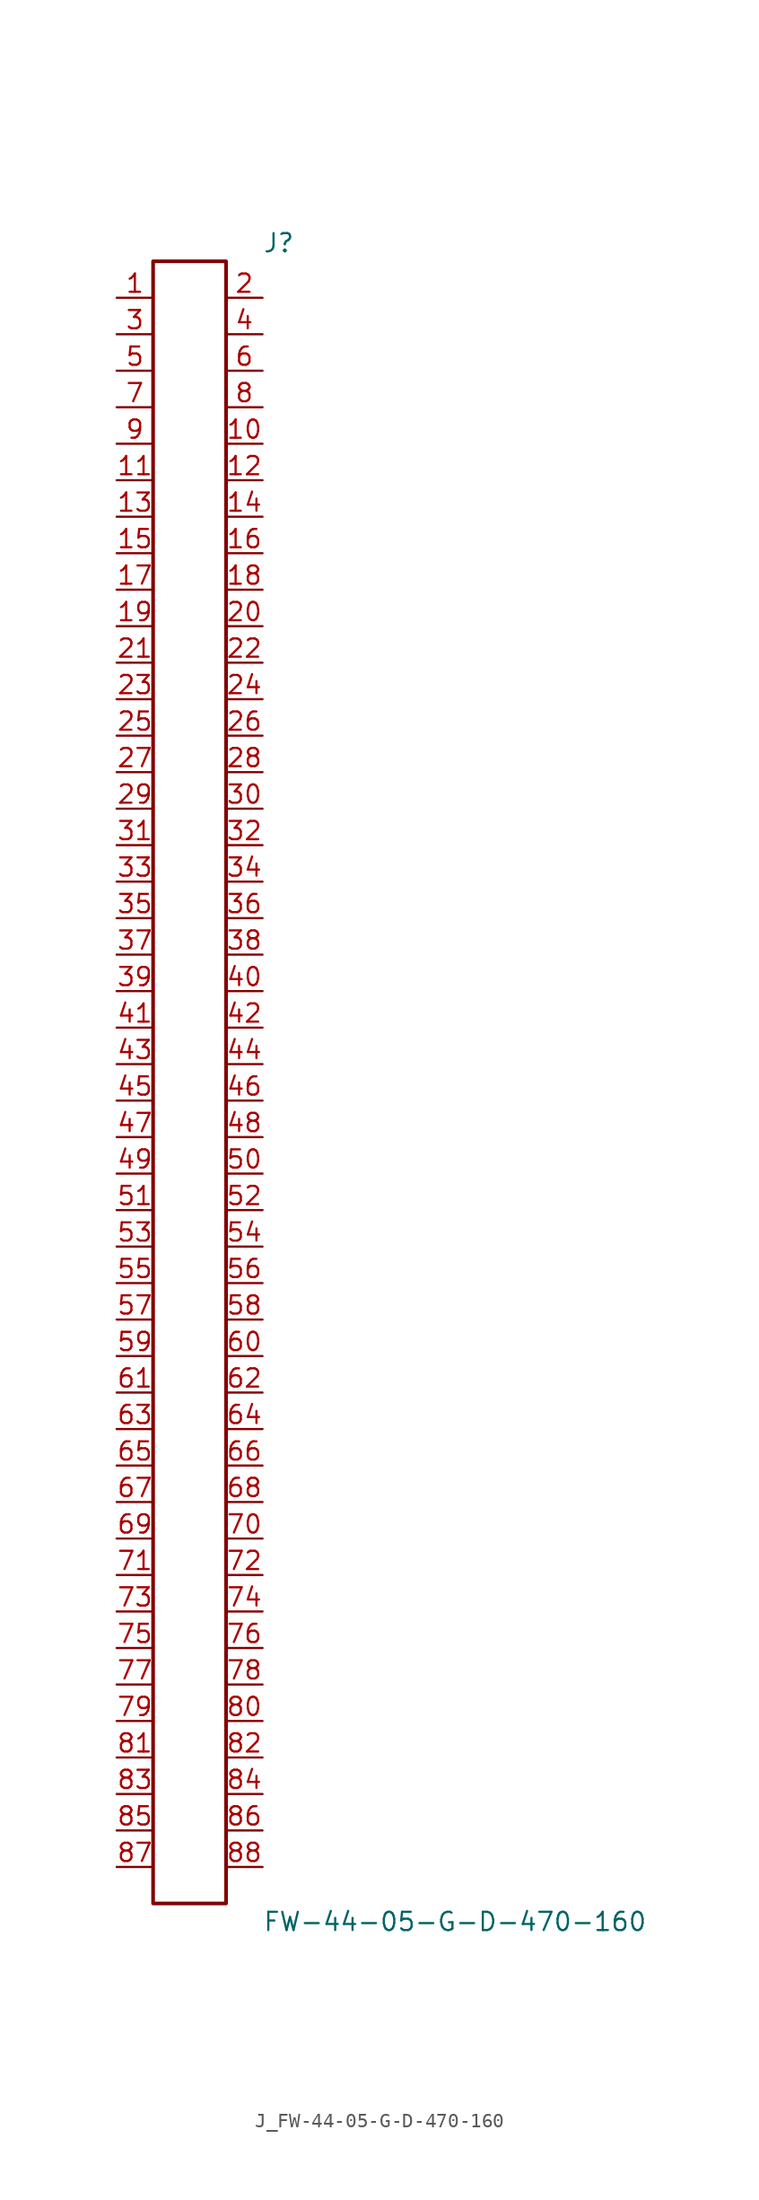
<source format=kicad_sym>
(kicad_symbol_lib
  (version 20231120)
  (generator kicad_symbol_editor)
  (generator_version 8.0)
  (symbol "J_FW-44-05-G-D-470-160"
    (pin_names
      (offset 0.254))
    (property "Reference" "J"
      (at 5.08 58.42 0)
      (effects (font (size 1.27 1.27)) (justify left)))
    (property "Value" "FW-44-05-G-D-470-160"
      (at 5.08 -58.42 0)
      (effects (font (size 1.27 1.27)) (justify left)))
    (symbol "J_FW-44-05-G-D-470-160_0_0"
      (pin unspecified line (at -5.08 54.61 0) (length 2.54) (name "" (effects (font (size 1.27 1.27)))) (number "1" (effects (font (size 1.27 1.27)))))
      (pin unspecified line (at 5.08 54.61 180) (length 2.54) (name "" (effects (font (size 1.27 1.27)))) (number "2" (effects (font (size 1.27 1.27)))))
      (pin unspecified line (at -5.08 52.07 0) (length 2.54) (name "" (effects (font (size 1.27 1.27)))) (number "3" (effects (font (size 1.27 1.27)))))
      (pin unspecified line (at 5.08 52.07 180) (length 2.54) (name "" (effects (font (size 1.27 1.27)))) (number "4" (effects (font (size 1.27 1.27)))))
      (pin unspecified line (at -5.08 49.53 0) (length 2.54) (name "" (effects (font (size 1.27 1.27)))) (number "5" (effects (font (size 1.27 1.27)))))
      (pin unspecified line (at 5.08 49.53 180) (length 2.54) (name "" (effects (font (size 1.27 1.27)))) (number "6" (effects (font (size 1.27 1.27)))))
      (pin unspecified line (at -5.08 46.99 0) (length 2.54) (name "" (effects (font (size 1.27 1.27)))) (number "7" (effects (font (size 1.27 1.27)))))
      (pin unspecified line (at 5.08 46.99 180) (length 2.54) (name "" (effects (font (size 1.27 1.27)))) (number "8" (effects (font (size 1.27 1.27)))))
      (pin unspecified line (at -5.08 44.45 0) (length 2.54) (name "" (effects (font (size 1.27 1.27)))) (number "9" (effects (font (size 1.27 1.27)))))
      (pin unspecified line (at 5.08 44.45 180) (length 2.54) (name "" (effects (font (size 1.27 1.27)))) (number "10" (effects (font (size 1.27 1.27)))))
      (pin unspecified line (at -5.08 41.91 0) (length 2.54) (name "" (effects (font (size 1.27 1.27)))) (number "11" (effects (font (size 1.27 1.27)))))
      (pin unspecified line (at 5.08 41.91 180) (length 2.54) (name "" (effects (font (size 1.27 1.27)))) (number "12" (effects (font (size 1.27 1.27)))))
      (pin unspecified line (at -5.08 39.37 0) (length 2.54) (name "" (effects (font (size 1.27 1.27)))) (number "13" (effects (font (size 1.27 1.27)))))
      (pin unspecified line (at 5.08 39.37 180) (length 2.54) (name "" (effects (font (size 1.27 1.27)))) (number "14" (effects (font (size 1.27 1.27)))))
      (pin unspecified line (at -5.08 36.83 0) (length 2.54) (name "" (effects (font (size 1.27 1.27)))) (number "15" (effects (font (size 1.27 1.27)))))
      (pin unspecified line (at 5.08 36.83 180) (length 2.54) (name "" (effects (font (size 1.27 1.27)))) (number "16" (effects (font (size 1.27 1.27)))))
      (pin unspecified line (at -5.08 34.29 0) (length 2.54) (name "" (effects (font (size 1.27 1.27)))) (number "17" (effects (font (size 1.27 1.27)))))
      (pin unspecified line (at 5.08 34.29 180) (length 2.54) (name "" (effects (font (size 1.27 1.27)))) (number "18" (effects (font (size 1.27 1.27)))))
      (pin unspecified line (at -5.08 31.75 0) (length 2.54) (name "" (effects (font (size 1.27 1.27)))) (number "19" (effects (font (size 1.27 1.27)))))
      (pin unspecified line (at 5.08 31.75 180) (length 2.54) (name "" (effects (font (size 1.27 1.27)))) (number "20" (effects (font (size 1.27 1.27)))))
      (pin unspecified line (at -5.08 29.21 0) (length 2.54) (name "" (effects (font (size 1.27 1.27)))) (number "21" (effects (font (size 1.27 1.27)))))
      (pin unspecified line (at 5.08 29.21 180) (length 2.54) (name "" (effects (font (size 1.27 1.27)))) (number "22" (effects (font (size 1.27 1.27)))))
      (pin unspecified line (at -5.08 26.67 0) (length 2.54) (name "" (effects (font (size 1.27 1.27)))) (number "23" (effects (font (size 1.27 1.27)))))
      (pin unspecified line (at 5.08 26.67 180) (length 2.54) (name "" (effects (font (size 1.27 1.27)))) (number "24" (effects (font (size 1.27 1.27)))))
      (pin unspecified line (at -5.08 24.13 0) (length 2.54) (name "" (effects (font (size 1.27 1.27)))) (number "25" (effects (font (size 1.27 1.27)))))
      (pin unspecified line (at 5.08 24.13 180) (length 2.54) (name "" (effects (font (size 1.27 1.27)))) (number "26" (effects (font (size 1.27 1.27)))))
      (pin unspecified line (at -5.08 21.59 0) (length 2.54) (name "" (effects (font (size 1.27 1.27)))) (number "27" (effects (font (size 1.27 1.27)))))
      (pin unspecified line (at 5.08 21.59 180) (length 2.54) (name "" (effects (font (size 1.27 1.27)))) (number "28" (effects (font (size 1.27 1.27)))))
      (pin unspecified line (at -5.08 19.05 0) (length 2.54) (name "" (effects (font (size 1.27 1.27)))) (number "29" (effects (font (size 1.27 1.27)))))
      (pin unspecified line (at 5.08 19.05 180) (length 2.54) (name "" (effects (font (size 1.27 1.27)))) (number "30" (effects (font (size 1.27 1.27)))))
      (pin unspecified line (at -5.08 16.51 0) (length 2.54) (name "" (effects (font (size 1.27 1.27)))) (number "31" (effects (font (size 1.27 1.27)))))
      (pin unspecified line (at 5.08 16.51 180) (length 2.54) (name "" (effects (font (size 1.27 1.27)))) (number "32" (effects (font (size 1.27 1.27)))))
      (pin unspecified line (at -5.08 13.97 0) (length 2.54) (name "" (effects (font (size 1.27 1.27)))) (number "33" (effects (font (size 1.27 1.27)))))
      (pin unspecified line (at 5.08 13.97 180) (length 2.54) (name "" (effects (font (size 1.27 1.27)))) (number "34" (effects (font (size 1.27 1.27)))))
      (pin unspecified line (at -5.08 11.43 0) (length 2.54) (name "" (effects (font (size 1.27 1.27)))) (number "35" (effects (font (size 1.27 1.27)))))
      (pin unspecified line (at 5.08 11.43 180) (length 2.54) (name "" (effects (font (size 1.27 1.27)))) (number "36" (effects (font (size 1.27 1.27)))))
      (pin unspecified line (at -5.08 8.89 0) (length 2.54) (name "" (effects (font (size 1.27 1.27)))) (number "37" (effects (font (size 1.27 1.27)))))
      (pin unspecified line (at 5.08 8.89 180) (length 2.54) (name "" (effects (font (size 1.27 1.27)))) (number "38" (effects (font (size 1.27 1.27)))))
      (pin unspecified line (at -5.08 6.35 0) (length 2.54) (name "" (effects (font (size 1.27 1.27)))) (number "39" (effects (font (size 1.27 1.27)))))
      (pin unspecified line (at 5.08 6.35 180) (length 2.54) (name "" (effects (font (size 1.27 1.27)))) (number "40" (effects (font (size 1.27 1.27)))))
      (pin unspecified line (at -5.08 3.81 0) (length 2.54) (name "" (effects (font (size 1.27 1.27)))) (number "41" (effects (font (size 1.27 1.27)))))
      (pin unspecified line (at 5.08 3.81 180) (length 2.54) (name "" (effects (font (size 1.27 1.27)))) (number "42" (effects (font (size 1.27 1.27)))))
      (pin unspecified line (at -5.08 1.27 0) (length 2.54) (name "" (effects (font (size 1.27 1.27)))) (number "43" (effects (font (size 1.27 1.27)))))
      (pin unspecified line (at 5.08 1.27 180) (length 2.54) (name "" (effects (font (size 1.27 1.27)))) (number "44" (effects (font (size 1.27 1.27)))))
      (pin unspecified line (at -5.08 -1.27 0) (length 2.54) (name "" (effects (font (size 1.27 1.27)))) (number "45" (effects (font (size 1.27 1.27)))))
      (pin unspecified line (at 5.08 -1.27 180) (length 2.54) (name "" (effects (font (size 1.27 1.27)))) (number "46" (effects (font (size 1.27 1.27)))))
      (pin unspecified line (at -5.08 -3.81 0) (length 2.54) (name "" (effects (font (size 1.27 1.27)))) (number "47" (effects (font (size 1.27 1.27)))))
      (pin unspecified line (at 5.08 -3.81 180) (length 2.54) (name "" (effects (font (size 1.27 1.27)))) (number "48" (effects (font (size 1.27 1.27)))))
      (pin unspecified line (at -5.08 -6.35 0) (length 2.54) (name "" (effects (font (size 1.27 1.27)))) (number "49" (effects (font (size 1.27 1.27)))))
      (pin unspecified line (at 5.08 -6.35 180) (length 2.54) (name "" (effects (font (size 1.27 1.27)))) (number "50" (effects (font (size 1.27 1.27)))))
      (pin unspecified line (at -5.08 -8.89 0) (length 2.54) (name "" (effects (font (size 1.27 1.27)))) (number "51" (effects (font (size 1.27 1.27)))))
      (pin unspecified line (at 5.08 -8.89 180) (length 2.54) (name "" (effects (font (size 1.27 1.27)))) (number "52" (effects (font (size 1.27 1.27)))))
      (pin unspecified line (at -5.08 -11.43 0) (length 2.54) (name "" (effects (font (size 1.27 1.27)))) (number "53" (effects (font (size 1.27 1.27)))))
      (pin unspecified line (at 5.08 -11.43 180) (length 2.54) (name "" (effects (font (size 1.27 1.27)))) (number "54" (effects (font (size 1.27 1.27)))))
      (pin unspecified line (at -5.08 -13.97 0) (length 2.54) (name "" (effects (font (size 1.27 1.27)))) (number "55" (effects (font (size 1.27 1.27)))))
      (pin unspecified line (at 5.08 -13.97 180) (length 2.54) (name "" (effects (font (size 1.27 1.27)))) (number "56" (effects (font (size 1.27 1.27)))))
      (pin unspecified line (at -5.08 -16.51 0) (length 2.54) (name "" (effects (font (size 1.27 1.27)))) (number "57" (effects (font (size 1.27 1.27)))))
      (pin unspecified line (at 5.08 -16.51 180) (length 2.54) (name "" (effects (font (size 1.27 1.27)))) (number "58" (effects (font (size 1.27 1.27)))))
      (pin unspecified line (at -5.08 -19.05 0) (length 2.54) (name "" (effects (font (size 1.27 1.27)))) (number "59" (effects (font (size 1.27 1.27)))))
      (pin unspecified line (at 5.08 -19.05 180) (length 2.54) (name "" (effects (font (size 1.27 1.27)))) (number "60" (effects (font (size 1.27 1.27)))))
      (pin unspecified line (at -5.08 -21.59 0) (length 2.54) (name "" (effects (font (size 1.27 1.27)))) (number "61" (effects (font (size 1.27 1.27)))))
      (pin unspecified line (at 5.08 -21.59 180) (length 2.54) (name "" (effects (font (size 1.27 1.27)))) (number "62" (effects (font (size 1.27 1.27)))))
      (pin unspecified line (at -5.08 -24.13 0) (length 2.54) (name "" (effects (font (size 1.27 1.27)))) (number "63" (effects (font (size 1.27 1.27)))))
      (pin unspecified line (at 5.08 -24.13 180) (length 2.54) (name "" (effects (font (size 1.27 1.27)))) (number "64" (effects (font (size 1.27 1.27)))))
      (pin unspecified line (at -5.08 -26.67 0) (length 2.54) (name "" (effects (font (size 1.27 1.27)))) (number "65" (effects (font (size 1.27 1.27)))))
      (pin unspecified line (at 5.08 -26.67 180) (length 2.54) (name "" (effects (font (size 1.27 1.27)))) (number "66" (effects (font (size 1.27 1.27)))))
      (pin unspecified line (at -5.08 -29.21 0) (length 2.54) (name "" (effects (font (size 1.27 1.27)))) (number "67" (effects (font (size 1.27 1.27)))))
      (pin unspecified line (at 5.08 -29.21 180) (length 2.54) (name "" (effects (font (size 1.27 1.27)))) (number "68" (effects (font (size 1.27 1.27)))))
      (pin unspecified line (at -5.08 -31.75 0) (length 2.54) (name "" (effects (font (size 1.27 1.27)))) (number "69" (effects (font (size 1.27 1.27)))))
      (pin unspecified line (at 5.08 -31.75 180) (length 2.54) (name "" (effects (font (size 1.27 1.27)))) (number "70" (effects (font (size 1.27 1.27)))))
      (pin unspecified line (at -5.08 -34.29 0) (length 2.54) (name "" (effects (font (size 1.27 1.27)))) (number "71" (effects (font (size 1.27 1.27)))))
      (pin unspecified line (at 5.08 -34.29 180) (length 2.54) (name "" (effects (font (size 1.27 1.27)))) (number "72" (effects (font (size 1.27 1.27)))))
      (pin unspecified line (at -5.08 -36.83 0) (length 2.54) (name "" (effects (font (size 1.27 1.27)))) (number "73" (effects (font (size 1.27 1.27)))))
      (pin unspecified line (at 5.08 -36.83 180) (length 2.54) (name "" (effects (font (size 1.27 1.27)))) (number "74" (effects (font (size 1.27 1.27)))))
      (pin unspecified line (at -5.08 -39.37 0) (length 2.54) (name "" (effects (font (size 1.27 1.27)))) (number "75" (effects (font (size 1.27 1.27)))))
      (pin unspecified line (at 5.08 -39.37 180) (length 2.54) (name "" (effects (font (size 1.27 1.27)))) (number "76" (effects (font (size 1.27 1.27)))))
      (pin unspecified line (at -5.08 -41.91 0) (length 2.54) (name "" (effects (font (size 1.27 1.27)))) (number "77" (effects (font (size 1.27 1.27)))))
      (pin unspecified line (at 5.08 -41.91 180) (length 2.54) (name "" (effects (font (size 1.27 1.27)))) (number "78" (effects (font (size 1.27 1.27)))))
      (pin unspecified line (at -5.08 -44.45 0) (length 2.54) (name "" (effects (font (size 1.27 1.27)))) (number "79" (effects (font (size 1.27 1.27)))))
      (pin unspecified line (at 5.08 -44.45 180) (length 2.54) (name "" (effects (font (size 1.27 1.27)))) (number "80" (effects (font (size 1.27 1.27)))))
      (pin unspecified line (at -5.08 -46.99 0) (length 2.54) (name "" (effects (font (size 1.27 1.27)))) (number "81" (effects (font (size 1.27 1.27)))))
      (pin unspecified line (at 5.08 -46.99 180) (length 2.54) (name "" (effects (font (size 1.27 1.27)))) (number "82" (effects (font (size 1.27 1.27)))))
      (pin unspecified line (at -5.08 -49.53 0) (length 2.54) (name "" (effects (font (size 1.27 1.27)))) (number "83" (effects (font (size 1.27 1.27)))))
      (pin unspecified line (at 5.08 -49.53 180) (length 2.54) (name "" (effects (font (size 1.27 1.27)))) (number "84" (effects (font (size 1.27 1.27)))))
      (pin unspecified line (at -5.08 -52.07 0) (length 2.54) (name "" (effects (font (size 1.27 1.27)))) (number "85" (effects (font (size 1.27 1.27)))))
      (pin unspecified line (at 5.08 -52.07 180) (length 2.54) (name "" (effects (font (size 1.27 1.27)))) (number "86" (effects (font (size 1.27 1.27)))))
      (pin unspecified line (at -5.08 -54.61 0) (length 2.54) (name "" (effects (font (size 1.27 1.27)))) (number "87" (effects (font (size 1.27 1.27)))))
      (pin unspecified line (at 5.08 -54.61 180) (length 2.54) (name "" (effects (font (size 1.27 1.27)))) (number "88" (effects (font (size 1.27 1.27))))))
    (symbol "J_FW-44-05-G-D-470-160_1_0"
      (rectangle (start -2.54 57.15) (end 2.54 -57.15) (stroke (width 0.254) (type solid)) (fill (type none))))))
</source>
